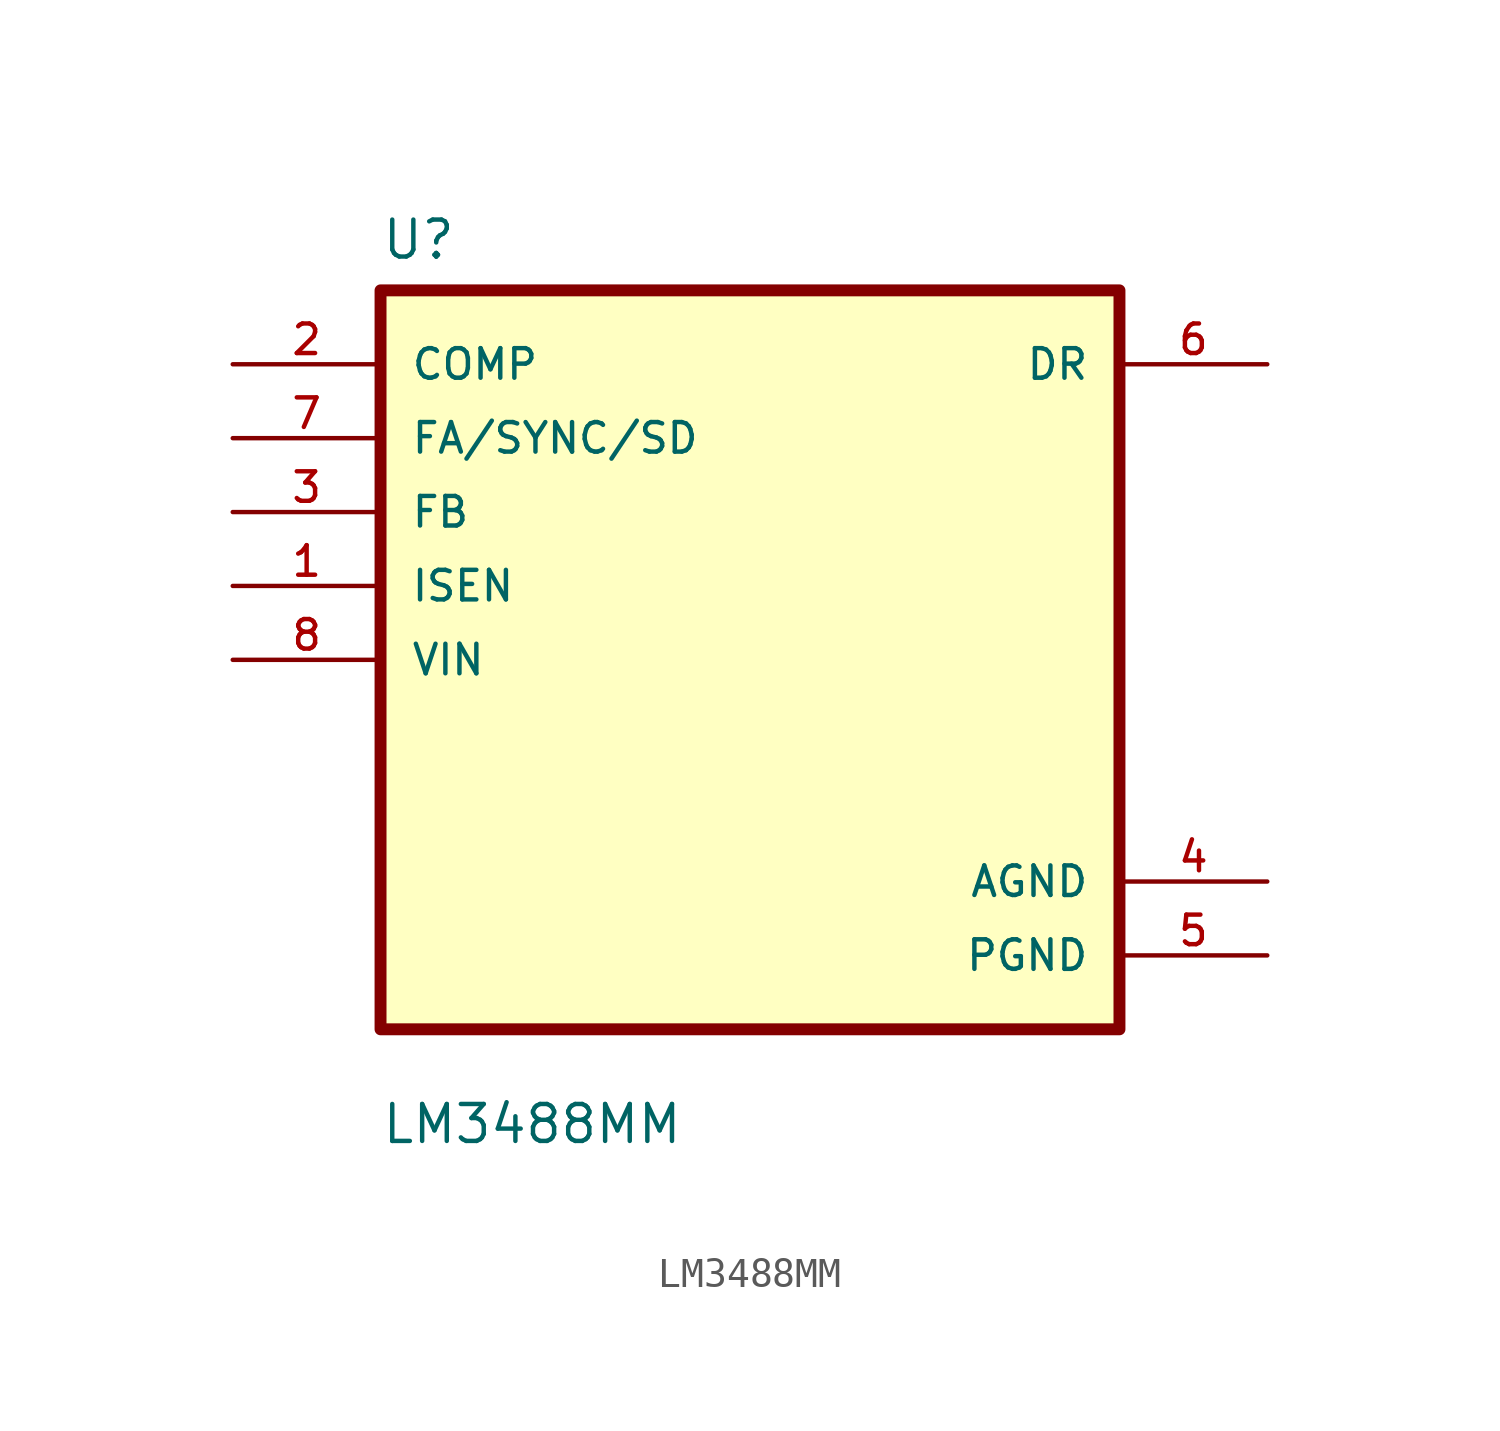
<source format=kicad_sym>
(kicad_symbol_lib
  (version 20211014)
  (generator kicad_symbol_editor)
  (symbol "LM3488MM"
    (pin_names
      (offset 1.016))
    (property "Reference" "U"
      (at -12.7 13.7 0.0)
      (effects (font (size 1.27 1.27)) (justify bottom left)))
    (property "Value" "LM3488MM"
      (at -12.7 -16.7 0.0)
      (effects (font (size 1.27 1.27)) (justify bottom left)))
    (symbol "LM3488MM_0_0"
      (rectangle (start -12.7 -12.7) (end 12.7 12.7) (stroke (width 0.41)) (fill (type background)))
      (pin input line (at -17.78 10.16 0) (length 5.08) (name "COMP" (effects (font (size 1.016 1.016)))) (number "2" (effects (font (size 1.016 1.016)))))
      (pin input line (at -17.78 7.62 0) (length 5.08) (name "FA/SYNC/SD" (effects (font (size 1.016 1.016)))) (number "7" (effects (font (size 1.016 1.016)))))
      (pin input line (at -17.78 5.08 0) (length 5.08) (name "FB" (effects (font (size 1.016 1.016)))) (number "3" (effects (font (size 1.016 1.016)))))
      (pin input line (at -17.78 2.54 0) (length 5.08) (name "ISEN" (effects (font (size 1.016 1.016)))) (number "1" (effects (font (size 1.016 1.016)))))
      (pin input line (at -17.78 0.0 0) (length 5.08) (name "VIN" (effects (font (size 1.016 1.016)))) (number "8" (effects (font (size 1.016 1.016)))))
      (pin output line (at 17.78 10.16 180.0) (length 5.08) (name "DR" (effects (font (size 1.016 1.016)))) (number "6" (effects (font (size 1.016 1.016)))))
      (pin power_in line (at 17.78 -7.62 180.0) (length 5.08) (name "AGND" (effects (font (size 1.016 1.016)))) (number "4" (effects (font (size 1.016 1.016)))))
      (pin power_in line (at 17.78 -10.16 180.0) (length 5.08) (name "PGND" (effects (font (size 1.016 1.016)))) (number "5" (effects (font (size 1.016 1.016))))))))
</source>
